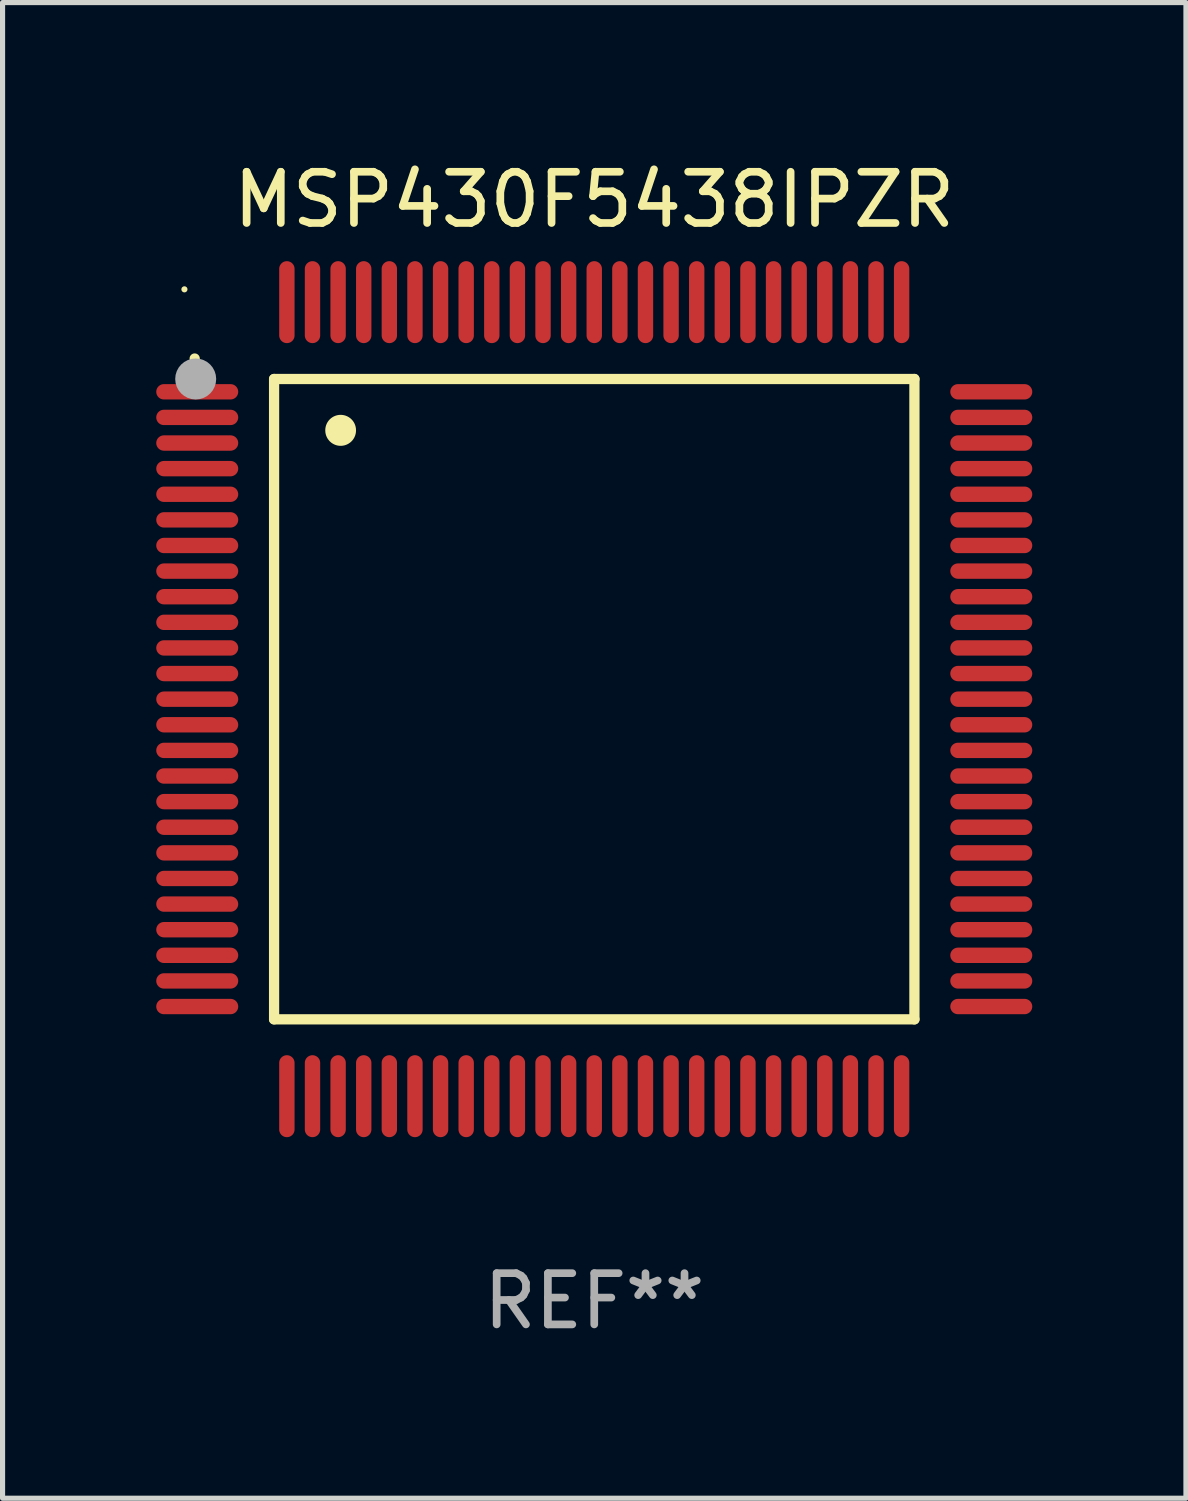
<source format=kicad_pcb>
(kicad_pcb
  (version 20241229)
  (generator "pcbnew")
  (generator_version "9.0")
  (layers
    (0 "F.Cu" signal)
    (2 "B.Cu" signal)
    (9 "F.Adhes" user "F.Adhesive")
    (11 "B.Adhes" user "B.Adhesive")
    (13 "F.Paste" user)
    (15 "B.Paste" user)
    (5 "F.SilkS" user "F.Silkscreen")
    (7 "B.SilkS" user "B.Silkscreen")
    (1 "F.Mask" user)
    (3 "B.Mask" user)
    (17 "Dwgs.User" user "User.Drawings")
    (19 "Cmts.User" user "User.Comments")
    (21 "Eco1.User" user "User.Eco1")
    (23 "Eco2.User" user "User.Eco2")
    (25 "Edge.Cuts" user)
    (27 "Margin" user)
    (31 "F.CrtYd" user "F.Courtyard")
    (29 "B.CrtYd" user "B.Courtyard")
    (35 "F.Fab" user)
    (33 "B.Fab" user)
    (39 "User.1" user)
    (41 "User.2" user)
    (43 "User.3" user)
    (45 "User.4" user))
  (footprint "MSP430F5438IPZR"
    (layer "F.Cu")
    (at 8.55 10.598)
    (property "Reference" "MSP430F5438IPZR" (at 0 -9.75 0) (layer "F.SilkS") (effects (font (size 1 1) (thickness 0.15))))
    (attr through_hole)
    (fp_line (start -6.25 -6.25) (end -6.25 6.25) (stroke (width 0.2) (type solid)) (layer "F.SilkS"))
    (fp_line (start -6.25 6.25) (end 6.25 6.25) (stroke (width 0.2) (type solid)) (layer "F.SilkS"))
    (fp_line (start 6.25 -6.25) (end -6.25 -6.25) (stroke (width 0.2) (type solid)) (layer "F.SilkS"))
    (fp_line (start 6.25 6.25) (end 6.25 -6.25) (stroke (width 0.2) (type solid)) (layer "F.SilkS"))
    (fp_arc (start -7.799568 -6.647625) (mid -7.799571 -6.648463) (end -7.799568 -6.649301) (stroke (width 0.2) (type solid)) (layer "F.SilkS"))
    (fp_arc (start -4.95047 -5.245111) (mid -4.950481 -5.247651) (end -4.95047 -5.250191) (stroke (width 0.6) (type solid)) (layer "F.SilkS"))
    (fp_circle (center -8 -8) (end -7.97 -8) (stroke (width 0.06) (type solid)) (fill no) (layer "F.SilkS"))
    (fp_circle (center -7.78 -6.25) (end -7.58 -6.25) (stroke (width 0.4) (type solid)) (fill no) (layer "F.Fab"))
    (fp_text user "REF**" (at 0 11.75 0) (layer "F.Fab") (effects (font (size 1 1) (thickness 0.15))))
    (pad "1" smd oval (at -7.75 -6 90) (size 0.3 1.6) (layers "F.Cu" "F.Mask" "F.Paste"))
    (pad "2" smd oval (at -7.75 -5.5 90) (size 0.3 1.6) (layers "F.Cu" "F.Mask" "F.Paste"))
    (pad "3" smd oval (at -7.75 -5 90) (size 0.3 1.6) (layers "F.Cu" "F.Mask" "F.Paste"))
    (pad "4" smd oval (at -7.75 -4.5 90) (size 0.3 1.6) (layers "F.Cu" "F.Mask" "F.Paste"))
    (pad "5" smd oval (at -7.75 -4 90) (size 0.3 1.6) (layers "F.Cu" "F.Mask" "F.Paste"))
    (pad "6" smd oval (at -7.75 -3.5 90) (size 0.3 1.6) (layers "F.Cu" "F.Mask" "F.Paste"))
    (pad "7" smd oval (at -7.75 -3 90) (size 0.3 1.6) (layers "F.Cu" "F.Mask" "F.Paste"))
    (pad "8" smd oval (at -7.75 -2.5 90) (size 0.3 1.6) (layers "F.Cu" "F.Mask" "F.Paste"))
    (pad "9" smd oval (at -7.75 -2 90) (size 0.3 1.6) (layers "F.Cu" "F.Mask" "F.Paste"))
    (pad "10" smd oval (at -7.75 -1.5 90) (size 0.3 1.6) (layers "F.Cu" "F.Mask" "F.Paste"))
    (pad "11" smd oval (at -7.75 -1 90) (size 0.3 1.6) (layers "F.Cu" "F.Mask" "F.Paste"))
    (pad "12" smd oval (at -7.75 -0.5 90) (size 0.3 1.6) (layers "F.Cu" "F.Mask" "F.Paste"))
    (pad "13" smd oval (at -7.75 0 90) (size 0.3 1.6) (layers "F.Cu" "F.Mask" "F.Paste"))
    (pad "14" smd oval (at -7.75 0.5 90) (size 0.3 1.6) (layers "F.Cu" "F.Mask" "F.Paste"))
    (pad "15" smd oval (at -7.75 1 90) (size 0.3 1.6) (layers "F.Cu" "F.Mask" "F.Paste"))
    (pad "16" smd oval (at -7.75 1.5 90) (size 0.3 1.6) (layers "F.Cu" "F.Mask" "F.Paste"))
    (pad "17" smd oval (at -7.75 2 90) (size 0.3 1.6) (layers "F.Cu" "F.Mask" "F.Paste"))
    (pad "18" smd oval (at -7.75 2.5 90) (size 0.3 1.6) (layers "F.Cu" "F.Mask" "F.Paste"))
    (pad "19" smd oval (at -7.75 3 90) (size 0.3 1.6) (layers "F.Cu" "F.Mask" "F.Paste"))
    (pad "20" smd oval (at -7.75 3.5 90) (size 0.3 1.6) (layers "F.Cu" "F.Mask" "F.Paste"))
    (pad "21" smd oval (at -7.75 4 90) (size 0.3 1.6) (layers "F.Cu" "F.Mask" "F.Paste"))
    (pad "22" smd oval (at -7.75 4.5 90) (size 0.3 1.6) (layers "F.Cu" "F.Mask" "F.Paste"))
    (pad "23" smd oval (at -7.75 5 90) (size 0.3 1.6) (layers "F.Cu" "F.Mask" "F.Paste"))
    (pad "24" smd oval (at -7.75 5.5 90) (size 0.3 1.6) (layers "F.Cu" "F.Mask" "F.Paste"))
    (pad "25" smd oval (at -7.75 6 90) (size 0.3 1.6) (layers "F.Cu" "F.Mask" "F.Paste"))
    (pad "26" smd oval (at -6 7.75) (size 0.3 1.6) (layers "F.Cu" "F.Mask" "F.Paste"))
    (pad "27" smd oval (at -5.5 7.75) (size 0.3 1.6) (layers "F.Cu" "F.Mask" "F.Paste"))
    (pad "28" smd oval (at -5 7.75) (size 0.3 1.6) (layers "F.Cu" "F.Mask" "F.Paste"))
    (pad "29" smd oval (at -4.5 7.75) (size 0.3 1.6) (layers "F.Cu" "F.Mask" "F.Paste"))
    (pad "30" smd oval (at -4 7.75) (size 0.3 1.6) (layers "F.Cu" "F.Mask" "F.Paste"))
    (pad "31" smd oval (at -3.5 7.75) (size 0.3 1.6) (layers "F.Cu" "F.Mask" "F.Paste"))
    (pad "32" smd oval (at -3 7.75) (size 0.3 1.6) (layers "F.Cu" "F.Mask" "F.Paste"))
    (pad "33" smd oval (at -2.5 7.75) (size 0.3 1.6) (layers "F.Cu" "F.Mask" "F.Paste"))
    (pad "34" smd oval (at -2 7.75) (size 0.3 1.6) (layers "F.Cu" "F.Mask" "F.Paste"))
    (pad "35" smd oval (at -1.5 7.75) (size 0.3 1.6) (layers "F.Cu" "F.Mask" "F.Paste"))
    (pad "36" smd oval (at -1 7.75) (size 0.3 1.6) (layers "F.Cu" "F.Mask" "F.Paste"))
    (pad "37" smd oval (at -0.5 7.75) (size 0.3 1.6) (layers "F.Cu" "F.Mask" "F.Paste"))
    (pad "38" smd oval (at 0 7.75) (size 0.3 1.6) (layers "F.Cu" "F.Mask" "F.Paste"))
    (pad "39" smd oval (at 0.5 7.75) (size 0.3 1.6) (layers "F.Cu" "F.Mask" "F.Paste"))
    (pad "40" smd oval (at 1 7.75) (size 0.3 1.6) (layers "F.Cu" "F.Mask" "F.Paste"))
    (pad "41" smd oval (at 1.5 7.75) (size 0.3 1.6) (layers "F.Cu" "F.Mask" "F.Paste"))
    (pad "42" smd oval (at 2 7.75) (size 0.3 1.6) (layers "F.Cu" "F.Mask" "F.Paste"))
    (pad "43" smd oval (at 2.5 7.75) (size 0.3 1.6) (layers "F.Cu" "F.Mask" "F.Paste"))
    (pad "44" smd oval (at 3 7.75) (size 0.3 1.6) (layers "F.Cu" "F.Mask" "F.Paste"))
    (pad "45" smd oval (at 3.5 7.75) (size 0.3 1.6) (layers "F.Cu" "F.Mask" "F.Paste"))
    (pad "46" smd oval (at 4 7.75) (size 0.3 1.6) (layers "F.Cu" "F.Mask" "F.Paste"))
    (pad "47" smd oval (at 4.5 7.75) (size 0.3 1.6) (layers "F.Cu" "F.Mask" "F.Paste"))
    (pad "48" smd oval (at 5 7.75) (size 0.3 1.6) (layers "F.Cu" "F.Mask" "F.Paste"))
    (pad "49" smd oval (at 5.5 7.75) (size 0.3 1.6) (layers "F.Cu" "F.Mask" "F.Paste"))
    (pad "50" smd oval (at 6 7.75) (size 0.3 1.6) (layers "F.Cu" "F.Mask" "F.Paste"))
    (pad "51" smd oval (at 7.75 6 90) (size 0.3 1.6) (layers "F.Cu" "F.Mask" "F.Paste"))
    (pad "52" smd oval (at 7.75 5.5 90) (size 0.3 1.6) (layers "F.Cu" "F.Mask" "F.Paste"))
    (pad "53" smd oval (at 7.75 5 90) (size 0.3 1.6) (layers "F.Cu" "F.Mask" "F.Paste"))
    (pad "54" smd oval (at 7.75 4.5 90) (size 0.3 1.6) (layers "F.Cu" "F.Mask" "F.Paste"))
    (pad "55" smd oval (at 7.75 4 90) (size 0.3 1.6) (layers "F.Cu" "F.Mask" "F.Paste"))
    (pad "56" smd oval (at 7.75 3.5 90) (size 0.3 1.6) (layers "F.Cu" "F.Mask" "F.Paste"))
    (pad "57" smd oval (at 7.75 3 90) (size 0.3 1.6) (layers "F.Cu" "F.Mask" "F.Paste"))
    (pad "58" smd oval (at 7.75 2.5 90) (size 0.3 1.6) (layers "F.Cu" "F.Mask" "F.Paste"))
    (pad "59" smd oval (at 7.75 2 90) (size 0.3 1.6) (layers "F.Cu" "F.Mask" "F.Paste"))
    (pad "60" smd oval (at 7.75 1.5 90) (size 0.3 1.6) (layers "F.Cu" "F.Mask" "F.Paste"))
    (pad "61" smd oval (at 7.75 1 90) (size 0.3 1.6) (layers "F.Cu" "F.Mask" "F.Paste"))
    (pad "62" smd oval (at 7.75 0.5 90) (size 0.3 1.6) (layers "F.Cu" "F.Mask" "F.Paste"))
    (pad "63" smd oval (at 7.75 0 90) (size 0.3 1.6) (layers "F.Cu" "F.Mask" "F.Paste"))
    (pad "64" smd oval (at 7.75 -0.5 90) (size 0.3 1.6) (layers "F.Cu" "F.Mask" "F.Paste"))
    (pad "65" smd oval (at 7.75 -1 90) (size 0.3 1.6) (layers "F.Cu" "F.Mask" "F.Paste"))
    (pad "66" smd oval (at 7.75 -1.5 90) (size 0.3 1.6) (layers "F.Cu" "F.Mask" "F.Paste"))
    (pad "67" smd oval (at 7.75 -2 90) (size 0.3 1.6) (layers "F.Cu" "F.Mask" "F.Paste"))
    (pad "68" smd oval (at 7.75 -2.5 90) (size 0.3 1.6) (layers "F.Cu" "F.Mask" "F.Paste"))
    (pad "69" smd oval (at 7.75 -3 90) (size 0.3 1.6) (layers "F.Cu" "F.Mask" "F.Paste"))
    (pad "70" smd oval (at 7.75 -3.5 90) (size 0.3 1.6) (layers "F.Cu" "F.Mask" "F.Paste"))
    (pad "71" smd oval (at 7.75 -4 90) (size 0.3 1.6) (layers "F.Cu" "F.Mask" "F.Paste"))
    (pad "72" smd oval (at 7.75 -4.5 90) (size 0.3 1.6) (layers "F.Cu" "F.Mask" "F.Paste"))
    (pad "73" smd oval (at 7.75 -5 90) (size 0.3 1.6) (layers "F.Cu" "F.Mask" "F.Paste"))
    (pad "74" smd oval (at 7.75 -5.5 90) (size 0.3 1.6) (layers "F.Cu" "F.Mask" "F.Paste"))
    (pad "75" smd oval (at 7.75 -6 90) (size 0.3 1.6) (layers "F.Cu" "F.Mask" "F.Paste"))
    (pad "76" smd oval (at 6 -7.75) (size 0.3 1.6) (layers "F.Cu" "F.Mask" "F.Paste"))
    (pad "77" smd oval (at 5.5 -7.75) (size 0.3 1.6) (layers "F.Cu" "F.Mask" "F.Paste"))
    (pad "78" smd oval (at 5 -7.75) (size 0.3 1.6) (layers "F.Cu" "F.Mask" "F.Paste"))
    (pad "79" smd oval (at 4.5 -7.75) (size 0.3 1.6) (layers "F.Cu" "F.Mask" "F.Paste"))
    (pad "80" smd oval (at 4 -7.75) (size 0.3 1.6) (layers "F.Cu" "F.Mask" "F.Paste"))
    (pad "81" smd oval (at 3.5 -7.75) (size 0.3 1.6) (layers "F.Cu" "F.Mask" "F.Paste"))
    (pad "82" smd oval (at 3 -7.75) (size 0.3 1.6) (layers "F.Cu" "F.Mask" "F.Paste"))
    (pad "83" smd oval (at 2.5 -7.75) (size 0.3 1.6) (layers "F.Cu" "F.Mask" "F.Paste"))
    (pad "84" smd oval (at 2 -7.75) (size 0.3 1.6) (layers "F.Cu" "F.Mask" "F.Paste"))
    (pad "85" smd oval (at 1.5 -7.75) (size 0.3 1.6) (layers "F.Cu" "F.Mask" "F.Paste"))
    (pad "86" smd oval (at 1 -7.75) (size 0.3 1.6) (layers "F.Cu" "F.Mask" "F.Paste"))
    (pad "87" smd oval (at 0.5 -7.75) (size 0.3 1.6) (layers "F.Cu" "F.Mask" "F.Paste"))
    (pad "88" smd oval (at 0 -7.75) (size 0.3 1.6) (layers "F.Cu" "F.Mask" "F.Paste"))
    (pad "89" smd oval (at -0.5 -7.75) (size 0.3 1.6) (layers "F.Cu" "F.Mask" "F.Paste"))
    (pad "90" smd oval (at -1 -7.75) (size 0.3 1.6) (layers "F.Cu" "F.Mask" "F.Paste"))
    (pad "91" smd oval (at -1.5 -7.75) (size 0.3 1.6) (layers "F.Cu" "F.Mask" "F.Paste"))
    (pad "92" smd oval (at -2 -7.75) (size 0.3 1.6) (layers "F.Cu" "F.Mask" "F.Paste"))
    (pad "93" smd oval (at -2.5 -7.75) (size 0.3 1.6) (layers "F.Cu" "F.Mask" "F.Paste"))
    (pad "94" smd oval (at -3 -7.75) (size 0.3 1.6) (layers "F.Cu" "F.Mask" "F.Paste"))
    (pad "95" smd oval (at -3.5 -7.75) (size 0.3 1.6) (layers "F.Cu" "F.Mask" "F.Paste"))
    (pad "96" smd oval (at -4 -7.75) (size 0.3 1.6) (layers "F.Cu" "F.Mask" "F.Paste"))
    (pad "97" smd oval (at -4.5 -7.75) (size 0.3 1.6) (layers "F.Cu" "F.Mask" "F.Paste"))
    (pad "98" smd oval (at -5 -7.75) (size 0.3 1.6) (layers "F.Cu" "F.Mask" "F.Paste"))
    (pad "99" smd oval (at -5.5 -7.75) (size 0.3 1.6) (layers "F.Cu" "F.Mask" "F.Paste"))
    (pad "100" smd oval (at -6 -7.75) (size 0.3 1.6) (layers "F.Cu" "F.Mask" "F.Paste")))
  (gr_rect
    (start -3 -3)
    (end 20.1 26.196)
    (stroke (width 0.1) (type default))
    (fill no)
    (layer "Edge.Cuts")))
</source>
